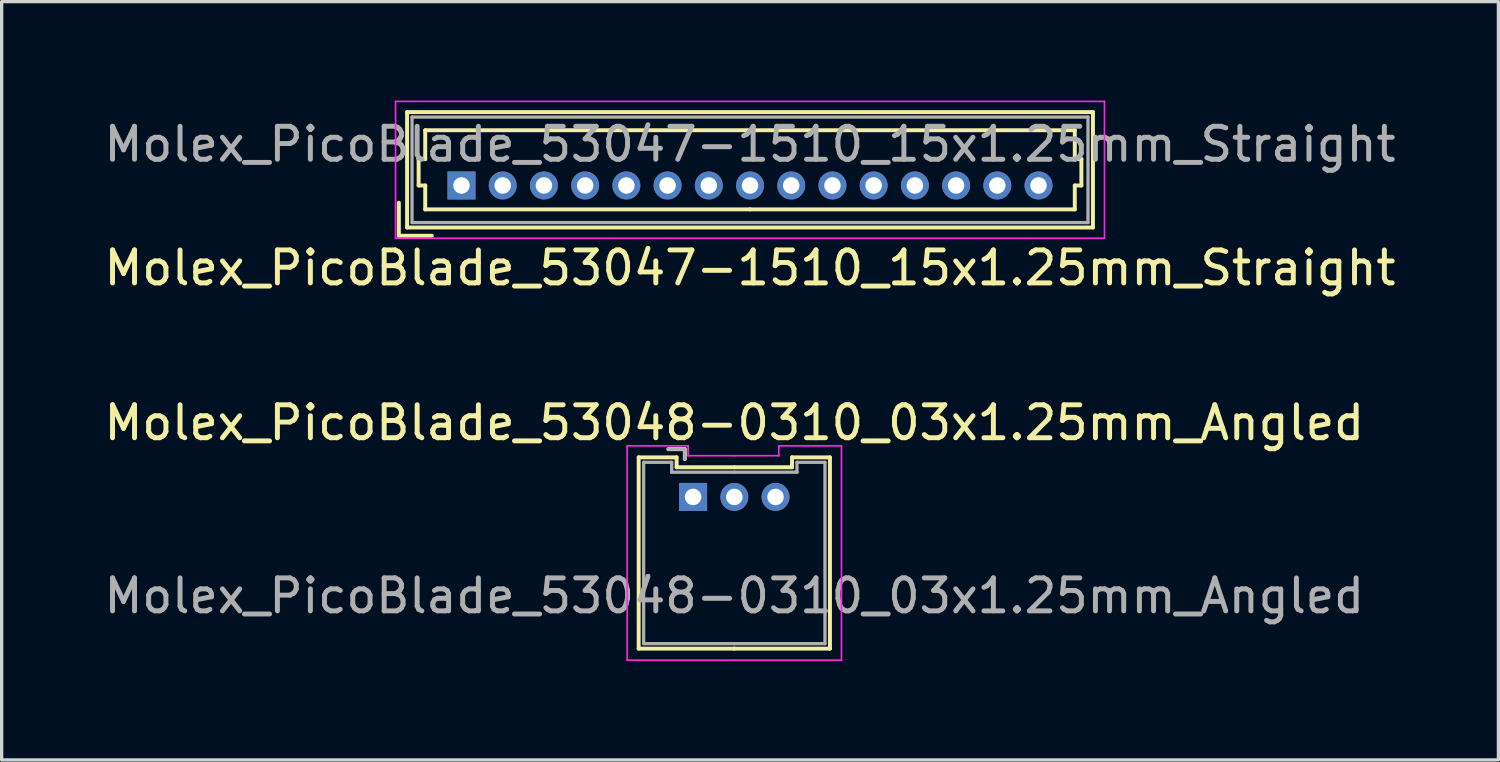
<source format=kicad_pcb>
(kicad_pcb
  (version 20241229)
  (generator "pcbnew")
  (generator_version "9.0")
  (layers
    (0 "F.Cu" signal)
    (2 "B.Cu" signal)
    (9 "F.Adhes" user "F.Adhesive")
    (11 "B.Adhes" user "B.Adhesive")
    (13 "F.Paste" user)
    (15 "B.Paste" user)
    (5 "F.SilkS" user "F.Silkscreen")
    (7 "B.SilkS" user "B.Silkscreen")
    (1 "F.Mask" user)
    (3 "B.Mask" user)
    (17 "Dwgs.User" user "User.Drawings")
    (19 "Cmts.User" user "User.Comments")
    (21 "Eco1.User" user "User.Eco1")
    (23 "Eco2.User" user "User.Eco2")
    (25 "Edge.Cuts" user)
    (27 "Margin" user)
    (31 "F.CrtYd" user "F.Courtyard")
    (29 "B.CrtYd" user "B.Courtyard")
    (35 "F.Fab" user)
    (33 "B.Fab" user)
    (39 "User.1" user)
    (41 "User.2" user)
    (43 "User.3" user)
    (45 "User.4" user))
  (footprint "Molex_PicoBlade_53047-1510_15x1.25mm_Straight"
    (layer "F.Cu")
    (at 10.946 2.575)
    (property "Reference" "Molex_PicoBlade_53047-1510_15x1.25mm_Straight" (at 8.75 2.5 0) (layer "F.SilkS") (effects (font (size 1 1) (thickness 0.15))))
    (attr through_hole)
    (fp_line (start -1.9 1.525) (end -1.9 0.525) (stroke (width 0.12) (type solid)) (layer "F.SilkS"))
    (fp_line (start -1.9 1.525) (end -0.9 1.525) (stroke (width 0.12) (type solid)) (layer "F.SilkS"))
    (fp_line (start -1.65 -2.225) (end -1.65 1.275) (stroke (width 0.12) (type solid)) (layer "F.SilkS"))
    (fp_line (start -1.65 1.275) (end 19.15 1.275) (stroke (width 0.12) (type solid)) (layer "F.SilkS"))
    (fp_line (start -1.3 -0.8) (end -1.1 -0.8) (stroke (width 0.12) (type solid)) (layer "F.SilkS"))
    (fp_line (start -1.3 0) (end -1.3 -0.8) (stroke (width 0.12) (type solid)) (layer "F.SilkS"))
    (fp_line (start -1.1 -1.675) (end 8.75 -1.675) (stroke (width 0.12) (type solid)) (layer "F.SilkS"))
    (fp_line (start -1.1 -0.8) (end -1.1 -1.675) (stroke (width 0.12) (type solid)) (layer "F.SilkS"))
    (fp_line (start -1.1 0) (end -1.3 0) (stroke (width 0.12) (type solid)) (layer "F.SilkS"))
    (fp_line (start -1.1 0.725) (end -1.1 0) (stroke (width 0.12) (type solid)) (layer "F.SilkS"))
    (fp_line (start 8.75 0.725) (end -1.1 0.725) (stroke (width 0.12) (type solid)) (layer "F.SilkS"))
    (fp_line (start 8.75 0.725) (end 18.6 0.725) (stroke (width 0.12) (type solid)) (layer "F.SilkS"))
    (fp_line (start 18.6 -1.675) (end 8.75 -1.675) (stroke (width 0.12) (type solid)) (layer "F.SilkS"))
    (fp_line (start 18.6 -0.8) (end 18.6 -1.675) (stroke (width 0.12) (type solid)) (layer "F.SilkS"))
    (fp_line (start 18.6 0) (end 18.8 0) (stroke (width 0.12) (type solid)) (layer "F.SilkS"))
    (fp_line (start 18.6 0.725) (end 18.6 0) (stroke (width 0.12) (type solid)) (layer "F.SilkS"))
    (fp_line (start 18.8 -0.8) (end 18.6 -0.8) (stroke (width 0.12) (type solid)) (layer "F.SilkS"))
    (fp_line (start 18.8 0) (end 18.8 -0.8) (stroke (width 0.12) (type solid)) (layer "F.SilkS"))
    (fp_line (start 19.15 -2.225) (end -1.65 -2.225) (stroke (width 0.12) (type solid)) (layer "F.SilkS"))
    (fp_line (start 19.15 1.275) (end 19.15 -2.225) (stroke (width 0.12) (type solid)) (layer "F.SilkS"))
    (fp_line (start -2 -2.55) (end -2 1.6) (stroke (width 0.05) (type solid)) (layer "F.CrtYd"))
    (fp_line (start -2 1.6) (end 19.5 1.6) (stroke (width 0.05) (type solid)) (layer "F.CrtYd"))
    (fp_line (start 19.5 -2.55) (end -2 -2.55) (stroke (width 0.05) (type solid)) (layer "F.CrtYd"))
    (fp_line (start 19.5 1.6) (end 19.5 -2.55) (stroke (width 0.05) (type solid)) (layer "F.CrtYd"))
    (fp_line (start -1.5 -2.075) (end -1.5 1.125) (stroke (width 0.1) (type solid)) (layer "F.Fab"))
    (fp_line (start -1.5 1.125) (end 19 1.125) (stroke (width 0.1) (type solid)) (layer "F.Fab"))
    (fp_line (start 19 -2.075) (end -1.5 -2.075) (stroke (width 0.1) (type solid)) (layer "F.Fab"))
    (fp_line (start 19 1.125) (end 19 -2.075) (stroke (width 0.1) (type solid)) (layer "F.Fab"))
    (fp_text user "${REFERENCE}" (at 8.75 -1.25 0) (layer "F.Fab") (effects (font (size 1 1) (thickness 0.15))))
    (pad "1" thru_hole rect (at 0 0) (size 0.85 0.85) (drill 0.5) (layers "*.Cu" "*.Mask"))
    (pad "2" thru_hole circle (at 1.25 0) (size 0.85 0.85) (drill 0.5) (layers "*.Cu" "*.Mask"))
    (pad "3" thru_hole circle (at 2.5 0) (size 0.85 0.85) (drill 0.5) (layers "*.Cu" "*.Mask"))
    (pad "4" thru_hole circle (at 3.75 0) (size 0.85 0.85) (drill 0.5) (layers "*.Cu" "*.Mask"))
    (pad "5" thru_hole circle (at 5 0) (size 0.85 0.85) (drill 0.5) (layers "*.Cu" "*.Mask"))
    (pad "6" thru_hole circle (at 6.25 0) (size 0.85 0.85) (drill 0.5) (layers "*.Cu" "*.Mask"))
    (pad "7" thru_hole circle (at 7.5 0) (size 0.85 0.85) (drill 0.5) (layers "*.Cu" "*.Mask"))
    (pad "8" thru_hole circle (at 8.75 0) (size 0.85 0.85) (drill 0.5) (layers "*.Cu" "*.Mask"))
    (pad "9" thru_hole circle (at 10 0) (size 0.85 0.85) (drill 0.5) (layers "*.Cu" "*.Mask"))
    (pad "10" thru_hole circle (at 11.25 0) (size 0.85 0.85) (drill 0.5) (layers "*.Cu" "*.Mask"))
    (pad "11" thru_hole circle (at 12.5 0) (size 0.85 0.85) (drill 0.5) (layers "*.Cu" "*.Mask"))
    (pad "12" thru_hole circle (at 13.75 0) (size 0.85 0.85) (drill 0.5) (layers "*.Cu" "*.Mask"))
    (pad "13" thru_hole circle (at 15 0) (size 0.85 0.85) (drill 0.5) (layers "*.Cu" "*.Mask"))
    (pad "14" thru_hole circle (at 16.25 0) (size 0.85 0.85) (drill 0.5) (layers "*.Cu" "*.Mask"))
    (pad "15" thru_hole circle (at 17.5 0) (size 0.85 0.85) (drill 0.5) (layers "*.Cu" "*.Mask")))
  (footprint "Molex_PicoBlade_53048-0310_03x1.25mm_Angled"
    (layer "F.Cu")
    (at 17.97 12.021)
    (property "Reference" "Molex_PicoBlade_53048-0310_03x1.25mm_Angled" (at 1.25 -2.25 0) (layer "F.SilkS") (effects (font (size 1 1) (thickness 0.15))))
    (attr through_hole)
    (fp_line (start -1.65 -1.2) (end -1.65 4.6) (stroke (width 0.12) (type solid)) (layer "F.SilkS"))
    (fp_line (start -1.65 4.6) (end 1.25 4.6) (stroke (width 0.12) (type solid)) (layer "F.SilkS"))
    (fp_line (start -0.5 -1.2) (end -1.65 -1.2) (stroke (width 0.12) (type solid)) (layer "F.SilkS"))
    (fp_line (start -0.5 -0.9) (end -0.5 -1.2) (stroke (width 0.12) (type solid)) (layer "F.SilkS"))
    (fp_line (start -0.25 -1.45) (end -0.75 -1.45) (stroke (width 0.12) (type solid)) (layer "F.SilkS"))
    (fp_line (start -0.25 -1.15) (end -0.25 -1.45) (stroke (width 0.12) (type solid)) (layer "F.SilkS"))
    (fp_line (start 1.25 -0.9) (end -0.5 -0.9) (stroke (width 0.12) (type solid)) (layer "F.SilkS"))
    (fp_line (start 1.25 -0.9) (end 3 -0.9) (stroke (width 0.12) (type solid)) (layer "F.SilkS"))
    (fp_line (start 3 -1.2) (end 4.15 -1.2) (stroke (width 0.12) (type solid)) (layer "F.SilkS"))
    (fp_line (start 3 -0.9) (end 3 -1.2) (stroke (width 0.12) (type solid)) (layer "F.SilkS"))
    (fp_line (start 4.15 -1.2) (end 4.15 4.6) (stroke (width 0.12) (type solid)) (layer "F.SilkS"))
    (fp_line (start 4.15 4.6) (end 1.25 4.6) (stroke (width 0.12) (type solid)) (layer "F.SilkS"))
    (fp_line (start -2 -1.55) (end -2 4.95) (stroke (width 0.05) (type solid)) (layer "F.CrtYd"))
    (fp_line (start -2 4.95) (end 1.25 4.95) (stroke (width 0.05) (type solid)) (layer "F.CrtYd"))
    (fp_line (start -0.15 -1.55) (end -2 -1.55) (stroke (width 0.05) (type solid)) (layer "F.CrtYd"))
    (fp_line (start -0.15 -1.25) (end -0.15 -1.55) (stroke (width 0.05) (type solid)) (layer "F.CrtYd"))
    (fp_line (start 1.25 -1.25) (end -0.15 -1.25) (stroke (width 0.05) (type solid)) (layer "F.CrtYd"))
    (fp_line (start 1.25 -1.25) (end 2.6 -1.25) (stroke (width 0.05) (type solid)) (layer "F.CrtYd"))
    (fp_line (start 2.6 -1.55) (end 4.5 -1.55) (stroke (width 0.05) (type solid)) (layer "F.CrtYd"))
    (fp_line (start 2.6 -1.25) (end 2.6 -1.55) (stroke (width 0.05) (type solid)) (layer "F.CrtYd"))
    (fp_line (start 4.5 -1.55) (end 4.5 4.95) (stroke (width 0.05) (type solid)) (layer "F.CrtYd"))
    (fp_line (start 4.5 4.95) (end 1.25 4.95) (stroke (width 0.05) (type solid)) (layer "F.CrtYd"))
    (fp_line (start -1.5 -1.05) (end -1.5 4.45) (stroke (width 0.1) (type solid)) (layer "F.Fab"))
    (fp_line (start -1.5 4.45) (end 1.25 4.45) (stroke (width 0.1) (type solid)) (layer "F.Fab"))
    (fp_line (start -0.65 -1.05) (end -1.5 -1.05) (stroke (width 0.1) (type solid)) (layer "F.Fab"))
    (fp_line (start -0.65 -0.75) (end -0.65 -1.05) (stroke (width 0.1) (type solid)) (layer "F.Fab"))
    (fp_line (start -0.25 -1.45) (end -0.75 -1.45) (stroke (width 0.1) (type solid)) (layer "F.Fab"))
    (fp_line (start -0.25 -1.15) (end -0.25 -1.45) (stroke (width 0.1) (type solid)) (layer "F.Fab"))
    (fp_line (start 1.25 -0.75) (end -0.65 -0.75) (stroke (width 0.1) (type solid)) (layer "F.Fab"))
    (fp_line (start 1.25 -0.75) (end 3.15 -0.75) (stroke (width 0.1) (type solid)) (layer "F.Fab"))
    (fp_line (start 3.15 -1.05) (end 4 -1.05) (stroke (width 0.1) (type solid)) (layer "F.Fab"))
    (fp_line (start 3.15 -0.75) (end 3.15 -1.05) (stroke (width 0.1) (type solid)) (layer "F.Fab"))
    (fp_line (start 4 -1.05) (end 4 4.45) (stroke (width 0.1) (type solid)) (layer "F.Fab"))
    (fp_line (start 4 4.45) (end 1.25 4.45) (stroke (width 0.1) (type solid)) (layer "F.Fab"))
    (fp_text user "${REFERENCE}" (at 1.25 3 0) (layer "F.Fab") (effects (font (size 1 1) (thickness 0.15))))
    (pad "1" thru_hole rect (at 0 0) (size 0.85 0.85) (drill 0.5) (layers "*.Cu" "*.Mask"))
    (pad "2" thru_hole circle (at 1.25 0) (size 0.85 0.85) (drill 0.5) (layers "*.Cu" "*.Mask"))
    (pad "3" thru_hole circle (at 2.5 0) (size 0.85 0.85) (drill 0.5) (layers "*.Cu" "*.Mask")))
  (gr_rect
    (start -3 -3)
    (end 42.393 19.997)
    (stroke (width 0.1) (type default))
    (fill no)
    (layer "Edge.Cuts")))
</source>
